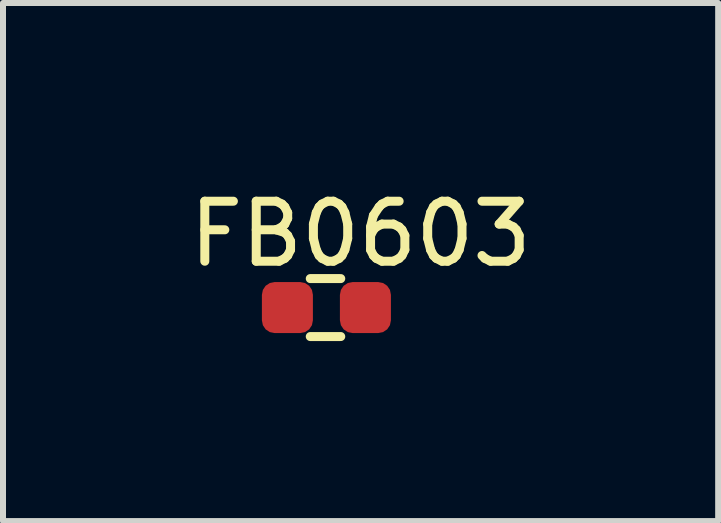
<source format=kicad_pcb>
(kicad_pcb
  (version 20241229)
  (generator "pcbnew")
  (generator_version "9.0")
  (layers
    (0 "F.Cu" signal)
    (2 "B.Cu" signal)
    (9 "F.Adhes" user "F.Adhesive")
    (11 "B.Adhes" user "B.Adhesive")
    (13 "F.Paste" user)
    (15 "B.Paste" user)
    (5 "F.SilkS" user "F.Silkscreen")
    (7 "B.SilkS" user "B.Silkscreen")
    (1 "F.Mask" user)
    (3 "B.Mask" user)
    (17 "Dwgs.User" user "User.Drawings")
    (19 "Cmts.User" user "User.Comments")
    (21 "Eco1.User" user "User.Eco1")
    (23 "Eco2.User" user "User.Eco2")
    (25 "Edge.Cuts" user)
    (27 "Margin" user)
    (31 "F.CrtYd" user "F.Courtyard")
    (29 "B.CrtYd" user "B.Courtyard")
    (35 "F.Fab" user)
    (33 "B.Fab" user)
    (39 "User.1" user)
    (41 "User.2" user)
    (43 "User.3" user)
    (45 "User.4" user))
  (footprint "FB0603"
    (layer "F.Cu")
    (at 1.739 2.075)
    (property "Reference" "FB0603" (at 1.219 -1.227 0) (layer "F.SilkS") (effects (font (size 1 1) (thickness 0.15))))
    (attr smd)
    (fp_line (start 0.381 -0.483) (end 0.889 -0.483) (stroke (width 0.15) (type solid)) (layer "F.SilkS"))
    (fp_line (start 0.381 0.483) (end 0.889 0.483) (stroke (width 0.15) (type solid)) (layer "F.SilkS"))
    (pad "1" smd roundrect (at 0 0) (size 0.85 0.85) (layers "F.Cu" "F.Mask" "F.Paste") (roundrect_rratio 0.25))
    (pad "2" smd roundrect (at 1.3 0) (size 0.85 0.85) (layers "F.Cu" "F.Mask" "F.Paste") (roundrect_rratio 0.25)))
  (gr_rect
    (start -3 -3)
    (end 8.917 5.633)
    (stroke (width 0.1) (type default))
    (fill no)
    (layer "Edge.Cuts")))
</source>
